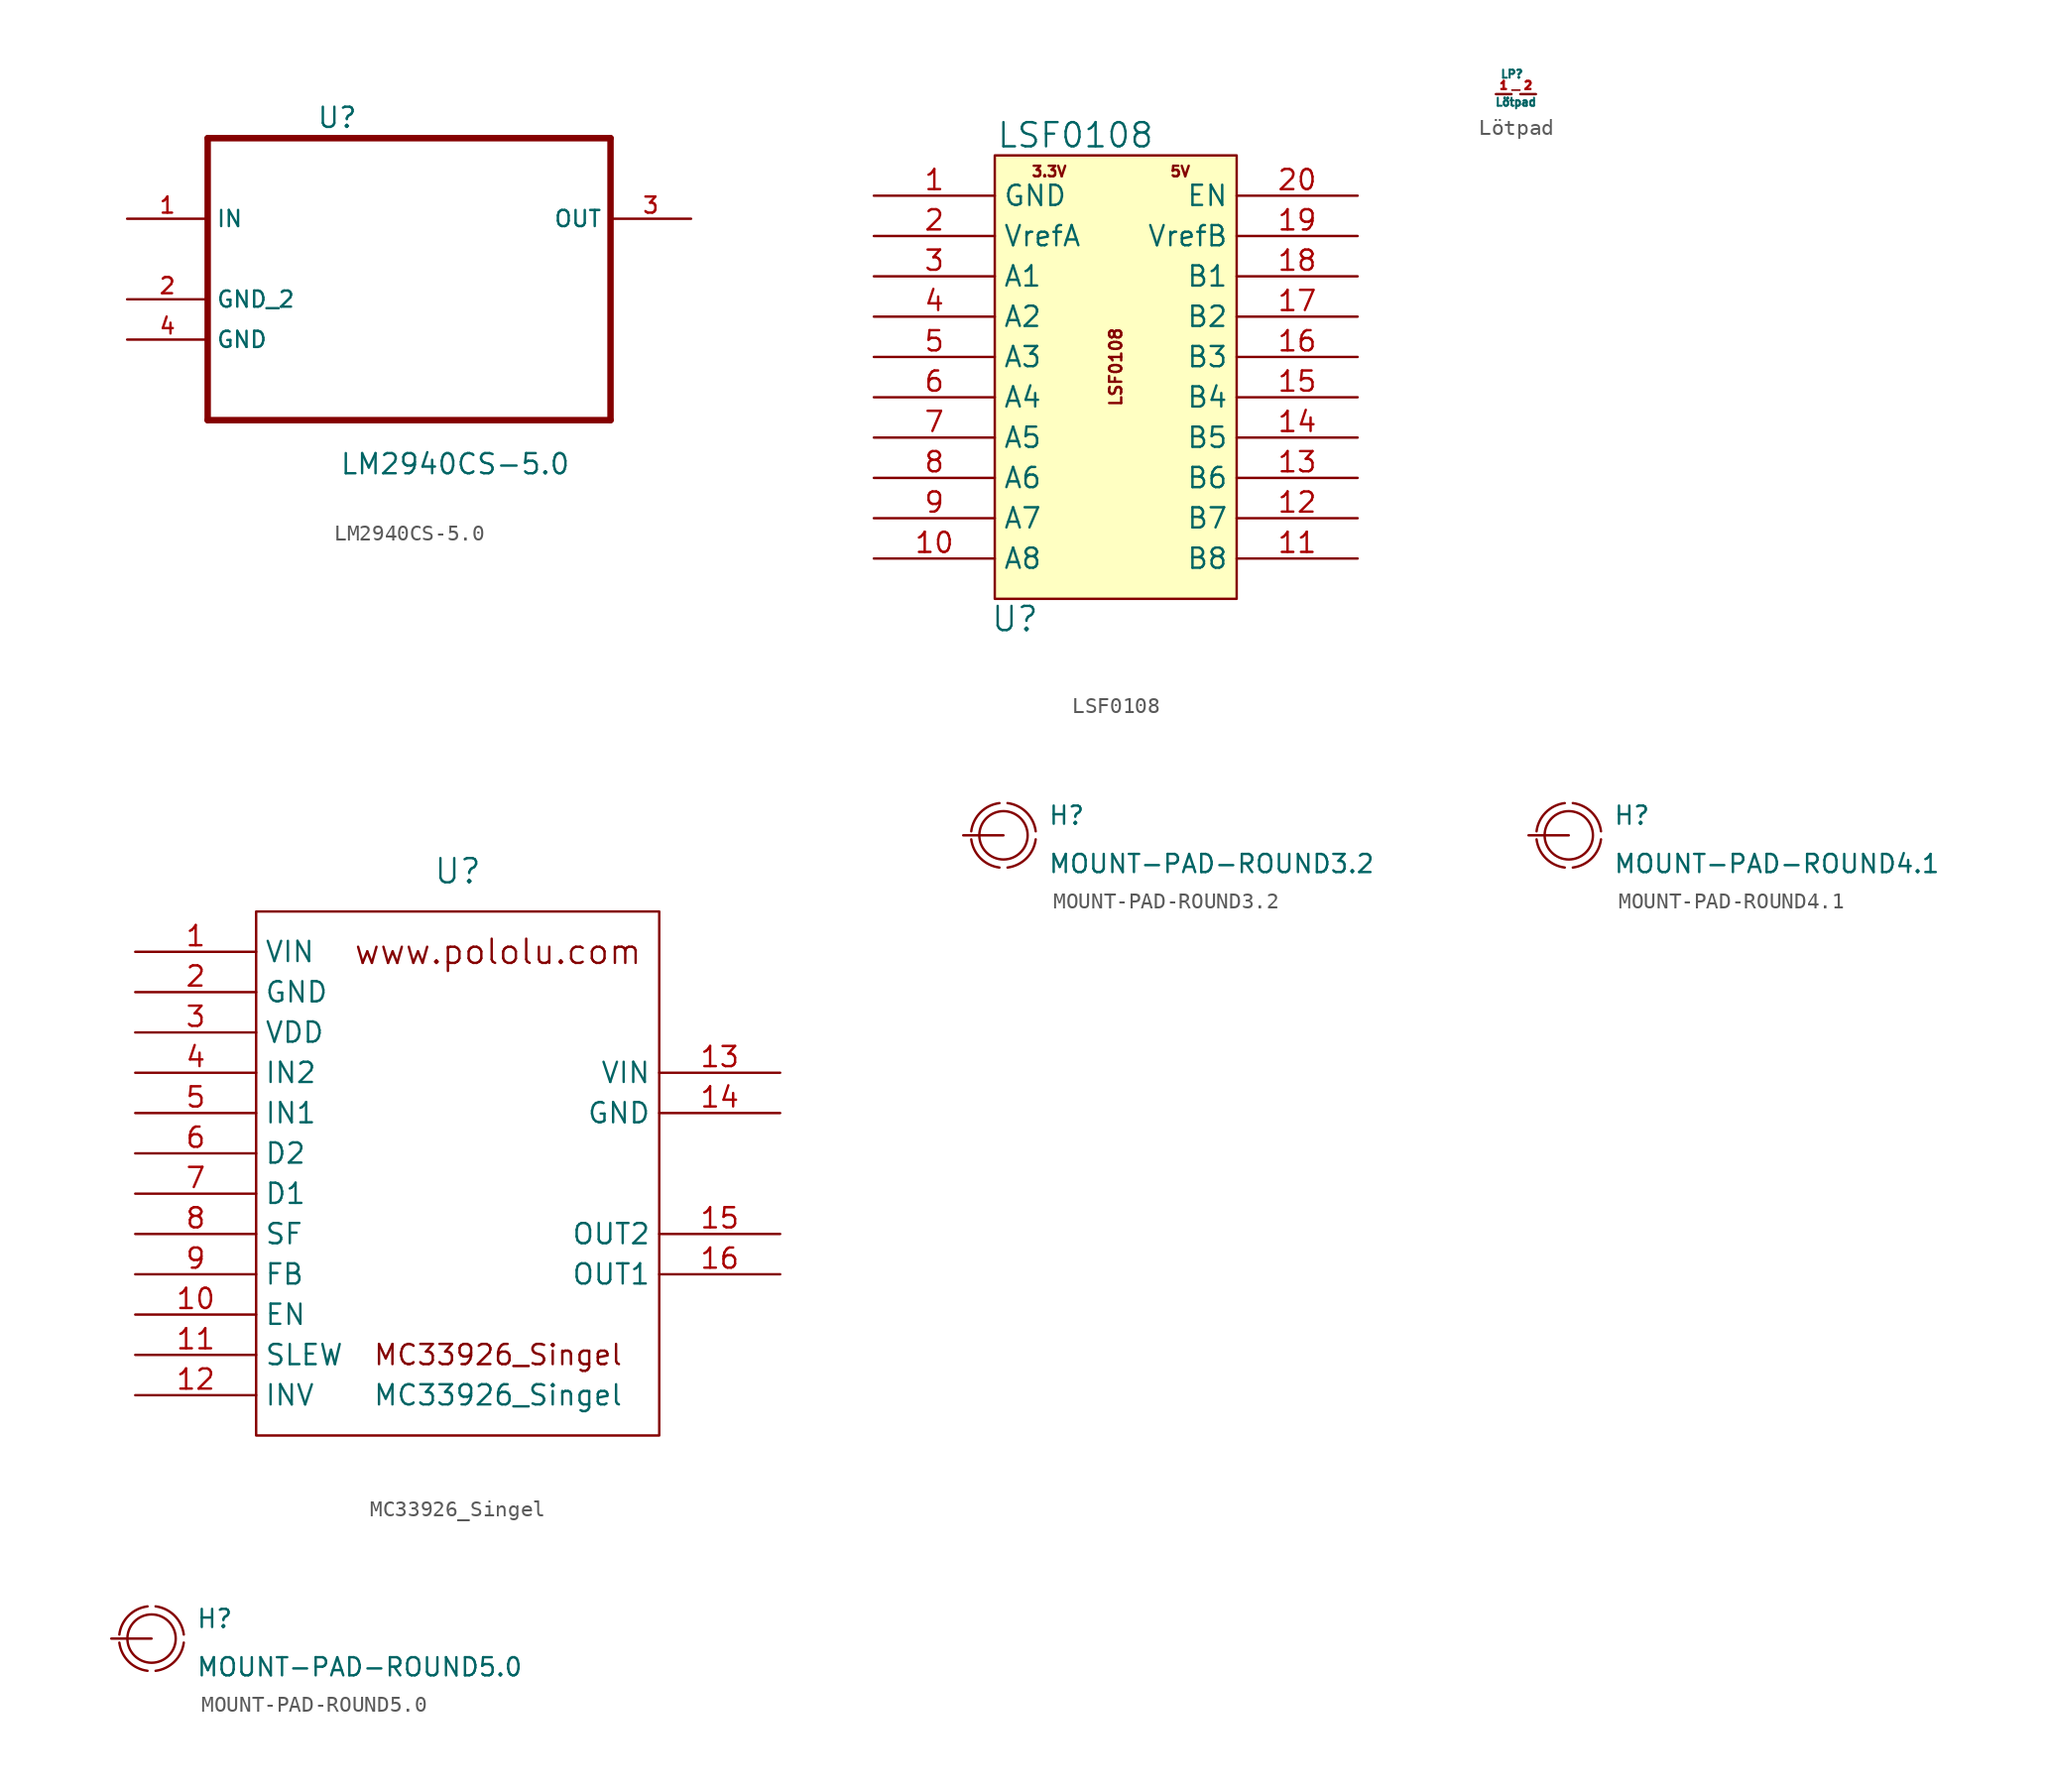
<source format=kicad_sym>
(kicad_symbol_lib
  (version 20220102)
  (generator kicad_symbol_editor)
  (symbol "LM2940CS-5.0"
    (property "Reference" "U"
      (at -5.842 6.375 0)
      (effects (font (size 1.27 1.27)) (justify left)))
    (property "Value" "LM2940CS-5.0"
      (at -4.394 -15.469 0)
      (effects (font (size 1.27 1.27)) (justify left)))
    (property "Datasheet" ""
      (at 0 0 0)
      (effects (font (size 1.524 1.524))))
    (property "ki_locked" ""
      (at 0 0 0)
      (effects (font (size 1.27 1.27))))
    (symbol "LM2940CS-5.0_0_0"
      (polyline (pts (xy -12.7 -12.7) (xy 12.7 -12.7)) (stroke (width 0.406) (type default)) (fill (type none)))
      (polyline (pts (xy -12.7 5.08) (xy -12.7 -12.7)) (stroke (width 0.406) (type default)) (fill (type none)))
      (polyline (pts (xy 12.7 -12.7) (xy 12.7 5.08)) (stroke (width 0.406) (type default)) (fill (type none)))
      (polyline (pts (xy 12.7 5.08) (xy -12.7 5.08)) (stroke (width 0.406) (type default)) (fill (type none)))
      (pin input line (at -17.78 0 0) (length 5.08) (name "IN" (effects (font (size 1.016 1.016)))) (number "1" (effects (font (size 1.016 1.016)))))
      (pin passive line (at -17.78 -5.08 0) (length 5.08) (name "GND_2" (effects (font (size 1.016 1.016)))) (number "2" (effects (font (size 1.016 1.016)))))
      (pin output line (at 17.78 0 180) (length 5.08) (name "OUT" (effects (font (size 1.016 1.016)))) (number "3" (effects (font (size 1.016 1.016)))))
      (pin passive line (at -17.78 -7.62 0) (length 5.08) (name "GND" (effects (font (size 1.016 1.016)))) (number "4" (effects (font (size 1.016 1.016)))))))
  (symbol "LSF0108"
    (property "Reference" "U"
      (at -6.35 -15.24 0)
      (effects (font (size 1.524 1.524))))
    (property "Value" "LSF0108"
      (at -2.54 15.24 0)
      (effects (font (size 1.524 1.524))))
    (property "Footprint" ""
      (at 0 0 0)
      (effects (font (size 1.524 1.524))))
    (property "Datasheet" ""
      (at 0 0 0)
      (effects (font (size 1.524 1.524))))
    (symbol "LSF0108_0_0"
      (text "3.3V" (at -4.191 12.954 0) (effects (font (size 0.66 0.66))))
      (text "5V" (at 4.064 12.954 0) (effects (font (size 0.66 0.66))))
      (text "LSF0108" (at 0 0.635 900) (effects (font (size 0.762 0.762)))))
    (symbol "LSF0108_0_1"
      (rectangle (start -7.62 13.97) (end 7.62 -13.97) (stroke (width 0) (type default)) (fill (type background))))
    (symbol "LSF0108_1_1"
      (pin power_in line (at -15.24 11.43 0) (length 7.62) (name "GND" (effects (font (size 1.27 1.27)))) (number "1" (effects (font (size 1.27 1.27)))))
      (pin bidirectional line (at -15.24 -11.43 0) (length 7.62) (name "A8" (effects (font (size 1.27 1.27)))) (number "10" (effects (font (size 1.27 1.27)))))
      (pin bidirectional line (at 15.24 -11.43 180) (length 7.62) (name "B8" (effects (font (size 1.27 1.27)))) (number "11" (effects (font (size 1.27 1.27)))))
      (pin bidirectional line (at 15.24 -8.89 180) (length 7.62) (name "B7" (effects (font (size 1.27 1.27)))) (number "12" (effects (font (size 1.27 1.27)))))
      (pin bidirectional line (at 15.24 -6.35 180) (length 7.62) (name "B6" (effects (font (size 1.27 1.27)))) (number "13" (effects (font (size 1.27 1.27)))))
      (pin bidirectional line (at 15.24 -3.81 180) (length 7.62) (name "B5" (effects (font (size 1.27 1.27)))) (number "14" (effects (font (size 1.27 1.27)))))
      (pin bidirectional line (at 15.24 -1.27 180) (length 7.62) (name "B4" (effects (font (size 1.27 1.27)))) (number "15" (effects (font (size 1.27 1.27)))))
      (pin bidirectional line (at 15.24 1.27 180) (length 7.62) (name "B3" (effects (font (size 1.27 1.27)))) (number "16" (effects (font (size 1.27 1.27)))))
      (pin bidirectional line (at 15.24 3.81 180) (length 7.62) (name "B2" (effects (font (size 1.27 1.27)))) (number "17" (effects (font (size 1.27 1.27)))))
      (pin bidirectional line (at 15.24 6.35 180) (length 7.62) (name "B1" (effects (font (size 1.27 1.27)))) (number "18" (effects (font (size 1.27 1.27)))))
      (pin power_in line (at 15.24 8.89 180) (length 7.62) (name "VrefB" (effects (font (size 1.27 1.27)))) (number "19" (effects (font (size 1.27 1.27)))))
      (pin power_in line (at -15.24 8.89 0) (length 7.62) (name "VrefA" (effects (font (size 1.27 1.27)))) (number "2" (effects (font (size 1.27 1.27)))))
      (pin input line (at 15.24 11.43 180) (length 7.62) (name "EN" (effects (font (size 1.27 1.27)))) (number "20" (effects (font (size 1.27 1.27)))))
      (pin bidirectional line (at -15.24 6.35 0) (length 7.62) (name "A1" (effects (font (size 1.27 1.27)))) (number "3" (effects (font (size 1.27 1.27)))))
      (pin bidirectional line (at -15.24 3.81 0) (length 7.62) (name "A2" (effects (font (size 1.27 1.27)))) (number "4" (effects (font (size 1.27 1.27)))))
      (pin bidirectional line (at -15.24 1.27 0) (length 7.62) (name "A3" (effects (font (size 1.27 1.27)))) (number "5" (effects (font (size 1.27 1.27)))))
      (pin bidirectional line (at -15.24 -1.27 0) (length 7.62) (name "A4" (effects (font (size 1.27 1.27)))) (number "6" (effects (font (size 1.27 1.27)))))
      (pin bidirectional line (at -15.24 -3.81 0) (length 7.62) (name "A5" (effects (font (size 1.27 1.27)))) (number "7" (effects (font (size 1.27 1.27)))))
      (pin bidirectional line (at -15.24 -6.35 0) (length 7.62) (name "A6" (effects (font (size 1.27 1.27)))) (number "8" (effects (font (size 1.27 1.27)))))
      (pin bidirectional line (at -15.24 -8.89 0) (length 7.62) (name "A7" (effects (font (size 1.27 1.27)))) (number "9" (effects (font (size 1.27 1.27)))))))
  (symbol "Lötpad"
    (property "Reference" "LP"
      (at -0.254 1.27 0)
      (effects (font (size 0.508 0.508))))
    (property "Value" "Lötpad"
      (at 0 -0.508 0)
      (effects (font (size 0.508 0.508))))
    (property "Footprint" ""
      (at 0 0 0)
      (effects (font (size 1.524 1.524))))
    (property "Datasheet" ""
      (at 0 0 0)
      (effects (font (size 1.524 1.524))))
    (symbol "Lötpad_0_1"
      (polyline (pts (xy -0.254 0.254) (xy 0.254 0.254)) (stroke (width 0.102) (type default)) (fill (type none)))
      (pin passive line (at -1.27 0 0) (length 0.991) (name "~" (effects (font (size 0.508 0.508)))) (number "1" (effects (font (size 0.508 0.508)))))
      (pin passive line (at 1.27 0 180) (length 0.991) (name "~" (effects (font (size 0.508 0.508)))) (number "2" (effects (font (size 0.508 0.508)))))))
  (symbol "MC33926_Singel"
    (property "Reference" "U"
      (at 0 19.05 0)
      (effects (font (size 1.524 1.524))))
    (property "Value" "MC33926_Singel"
      (at 2.54 -13.97 0)
      (effects (font (size 1.27 1.27))))
    (property "Footprint" ""
      (at 5.08 -6.35 0)
      (effects (font (size 1.524 1.524))))
    (property "Datasheet" ""
      (at 5.08 -6.35 0)
      (effects (font (size 1.524 1.524))))
    (symbol "MC33926_Singel_0_0"
      (rectangle (start 12.7 16.51) (end -12.7 -16.51) (stroke (width 0) (type default)) (fill (type none)))
      (text "MC33926_Singel" (at 2.54 -11.43 0) (effects (font (size 1.27 1.27))))
      (text "www.pololu.com" (at 2.54 13.97 0) (effects (font (size 1.524 1.524)))))
    (symbol "MC33926_Singel_1_1"
      (pin input line (at -20.32 13.97 0) (length 7.62) (name "VIN" (effects (font (size 1.27 1.27)))) (number "1" (effects (font (size 1.27 1.27)))))
      (pin input line (at -20.32 -8.89 0) (length 7.62) (name "EN" (effects (font (size 1.27 1.27)))) (number "10" (effects (font (size 1.27 1.27)))))
      (pin input line (at -20.32 -11.43 0) (length 7.62) (name "SLEW" (effects (font (size 1.27 1.27)))) (number "11" (effects (font (size 1.27 1.27)))))
      (pin input line (at -20.32 -13.97 0) (length 7.62) (name "INV" (effects (font (size 1.27 1.27)))) (number "12" (effects (font (size 1.27 1.27)))))
      (pin input line (at 20.32 6.35 180) (length 7.62) (name "VIN" (effects (font (size 1.27 1.27)))) (number "13" (effects (font (size 1.27 1.27)))))
      (pin input line (at 20.32 3.81 180) (length 7.62) (name "GND" (effects (font (size 1.27 1.27)))) (number "14" (effects (font (size 1.27 1.27)))))
      (pin input line (at 20.32 -3.81 180) (length 7.62) (name "OUT2" (effects (font (size 1.27 1.27)))) (number "15" (effects (font (size 1.27 1.27)))))
      (pin input line (at 20.32 -6.35 180) (length 7.62) (name "OUT1" (effects (font (size 1.27 1.27)))) (number "16" (effects (font (size 1.27 1.27)))))
      (pin input line (at -20.32 11.43 0) (length 7.62) (name "GND" (effects (font (size 1.27 1.27)))) (number "2" (effects (font (size 1.27 1.27)))))
      (pin input line (at -20.32 8.89 0) (length 7.62) (name "VDD" (effects (font (size 1.27 1.27)))) (number "3" (effects (font (size 1.27 1.27)))))
      (pin input line (at -20.32 6.35 0) (length 7.62) (name "IN2" (effects (font (size 1.27 1.27)))) (number "4" (effects (font (size 1.27 1.27)))))
      (pin input line (at -20.32 3.81 0) (length 7.62) (name "IN1" (effects (font (size 1.27 1.27)))) (number "5" (effects (font (size 1.27 1.27)))))
      (pin input line (at -20.32 1.27 0) (length 7.62) (name "D2" (effects (font (size 1.27 1.27)))) (number "6" (effects (font (size 1.27 1.27)))))
      (pin input line (at -20.32 -1.27 0) (length 7.62) (name "D1" (effects (font (size 1.27 1.27)))) (number "7" (effects (font (size 1.27 1.27)))))
      (pin input line (at -20.32 -3.81 0) (length 7.62) (name "SF" (effects (font (size 1.27 1.27)))) (number "8" (effects (font (size 1.27 1.27)))))
      (pin input line (at -20.32 -6.35 0) (length 7.62) (name "FB" (effects (font (size 1.27 1.27)))) (number "9" (effects (font (size 1.27 1.27)))))))
  (symbol "MOUNT-PAD-ROUND3.2"
    (pin_numbers hide)
    (pin_names hide)
    (property "Reference" "H"
      (at 2.794 0.584 0)
      (effects (font (size 1.143 1.143)) (justify left bottom)))
    (property "Value" "MOUNT-PAD-ROUND3.2"
      (at 2.794 -2.464 0)
      (effects (font (size 1.143 1.143)) (justify left bottom)))
    (property "ki_locked" ""
      (at 0 0 0)
      (effects (font (size 1.27 1.27))))
    (symbol "MOUNT-PAD-ROUND3.2_1_1"
      (arc (start -2.032 -0.254) (mid -1.448 -1.448) (end -0.254 -2.032) (stroke (width 0) (type default)) (fill (type none)))
      (arc (start -0.254 2.032) (mid -1.448 1.448) (end -2.032 0.254) (stroke (width 0) (type default)) (fill (type none)))
      (circle (center 0 0) (radius 1.524) (stroke (width 0) (type default)) (fill (type none)))
      (arc (start 0.254 -2.032) (mid 1.448 -1.448) (end 2.032 -0.254) (stroke (width 0) (type default)) (fill (type none)))
      (arc (start 2.032 0.254) (mid 1.448 1.448) (end 0.254 2.032) (stroke (width 0) (type default)) (fill (type none)))
      (pin passive line (at -2.54 0 0) (length 2.54) (name "MOUNT" (effects (font (size 1.016 1.016)))) (number "B3,2" (effects (font (size 1.016 1.016)))))))
  (symbol "MOUNT-PAD-ROUND4.1"
    (pin_numbers hide)
    (pin_names hide)
    (property "Reference" "H"
      (at 2.794 0.584 0)
      (effects (font (size 1.143 1.143)) (justify left bottom)))
    (property "Value" "MOUNT-PAD-ROUND4.1"
      (at 2.794 -2.464 0)
      (effects (font (size 1.143 1.143)) (justify left bottom)))
    (property "ki_locked" ""
      (at 0 0 0)
      (effects (font (size 1.27 1.27))))
    (symbol "MOUNT-PAD-ROUND4.1_1_1"
      (arc (start -2.032 -0.254) (mid -1.448 -1.448) (end -0.254 -2.032) (stroke (width 0) (type default)) (fill (type none)))
      (arc (start -0.254 2.032) (mid -1.448 1.448) (end -2.032 0.254) (stroke (width 0) (type default)) (fill (type none)))
      (circle (center 0 0) (radius 1.524) (stroke (width 0) (type default)) (fill (type none)))
      (arc (start 0.254 -2.032) (mid 1.448 -1.448) (end 2.032 -0.254) (stroke (width 0) (type default)) (fill (type none)))
      (arc (start 2.032 0.254) (mid 1.448 1.448) (end 0.254 2.032) (stroke (width 0) (type default)) (fill (type none)))
      (pin passive line (at -2.54 0 0) (length 2.54) (name "MOUNT" (effects (font (size 1.016 1.016)))) (number "B4,1" (effects (font (size 1.016 1.016)))))))
  (symbol "MOUNT-PAD-ROUND5.0"
    (pin_numbers hide)
    (pin_names hide)
    (property "Reference" "H"
      (at 2.794 0.584 0)
      (effects (font (size 1.143 1.143)) (justify left bottom)))
    (property "Value" "MOUNT-PAD-ROUND5.0"
      (at 2.794 -2.464 0)
      (effects (font (size 1.143 1.143)) (justify left bottom)))
    (property "ki_locked" ""
      (at 0 0 0)
      (effects (font (size 1.27 1.27))))
    (symbol "MOUNT-PAD-ROUND5.0_1_1"
      (arc (start -2.032 -0.254) (mid -1.448 -1.448) (end -0.254 -2.032) (stroke (width 0) (type default)) (fill (type none)))
      (arc (start -0.254 2.032) (mid -1.448 1.448) (end -2.032 0.254) (stroke (width 0) (type default)) (fill (type none)))
      (circle (center 0 0) (radius 1.524) (stroke (width 0) (type default)) (fill (type none)))
      (arc (start 0.254 -2.032) (mid 1.448 -1.448) (end 2.032 -0.254) (stroke (width 0) (type default)) (fill (type none)))
      (arc (start 2.032 0.254) (mid 1.448 1.448) (end 0.254 2.032) (stroke (width 0) (type default)) (fill (type none)))
      (pin passive line (at -2.54 0 0) (length 2.54) (name "MOUNT" (effects (font (size 1.016 1.016)))) (number "B5" (effects (font (size 1.016 1.016))))))))
</source>
